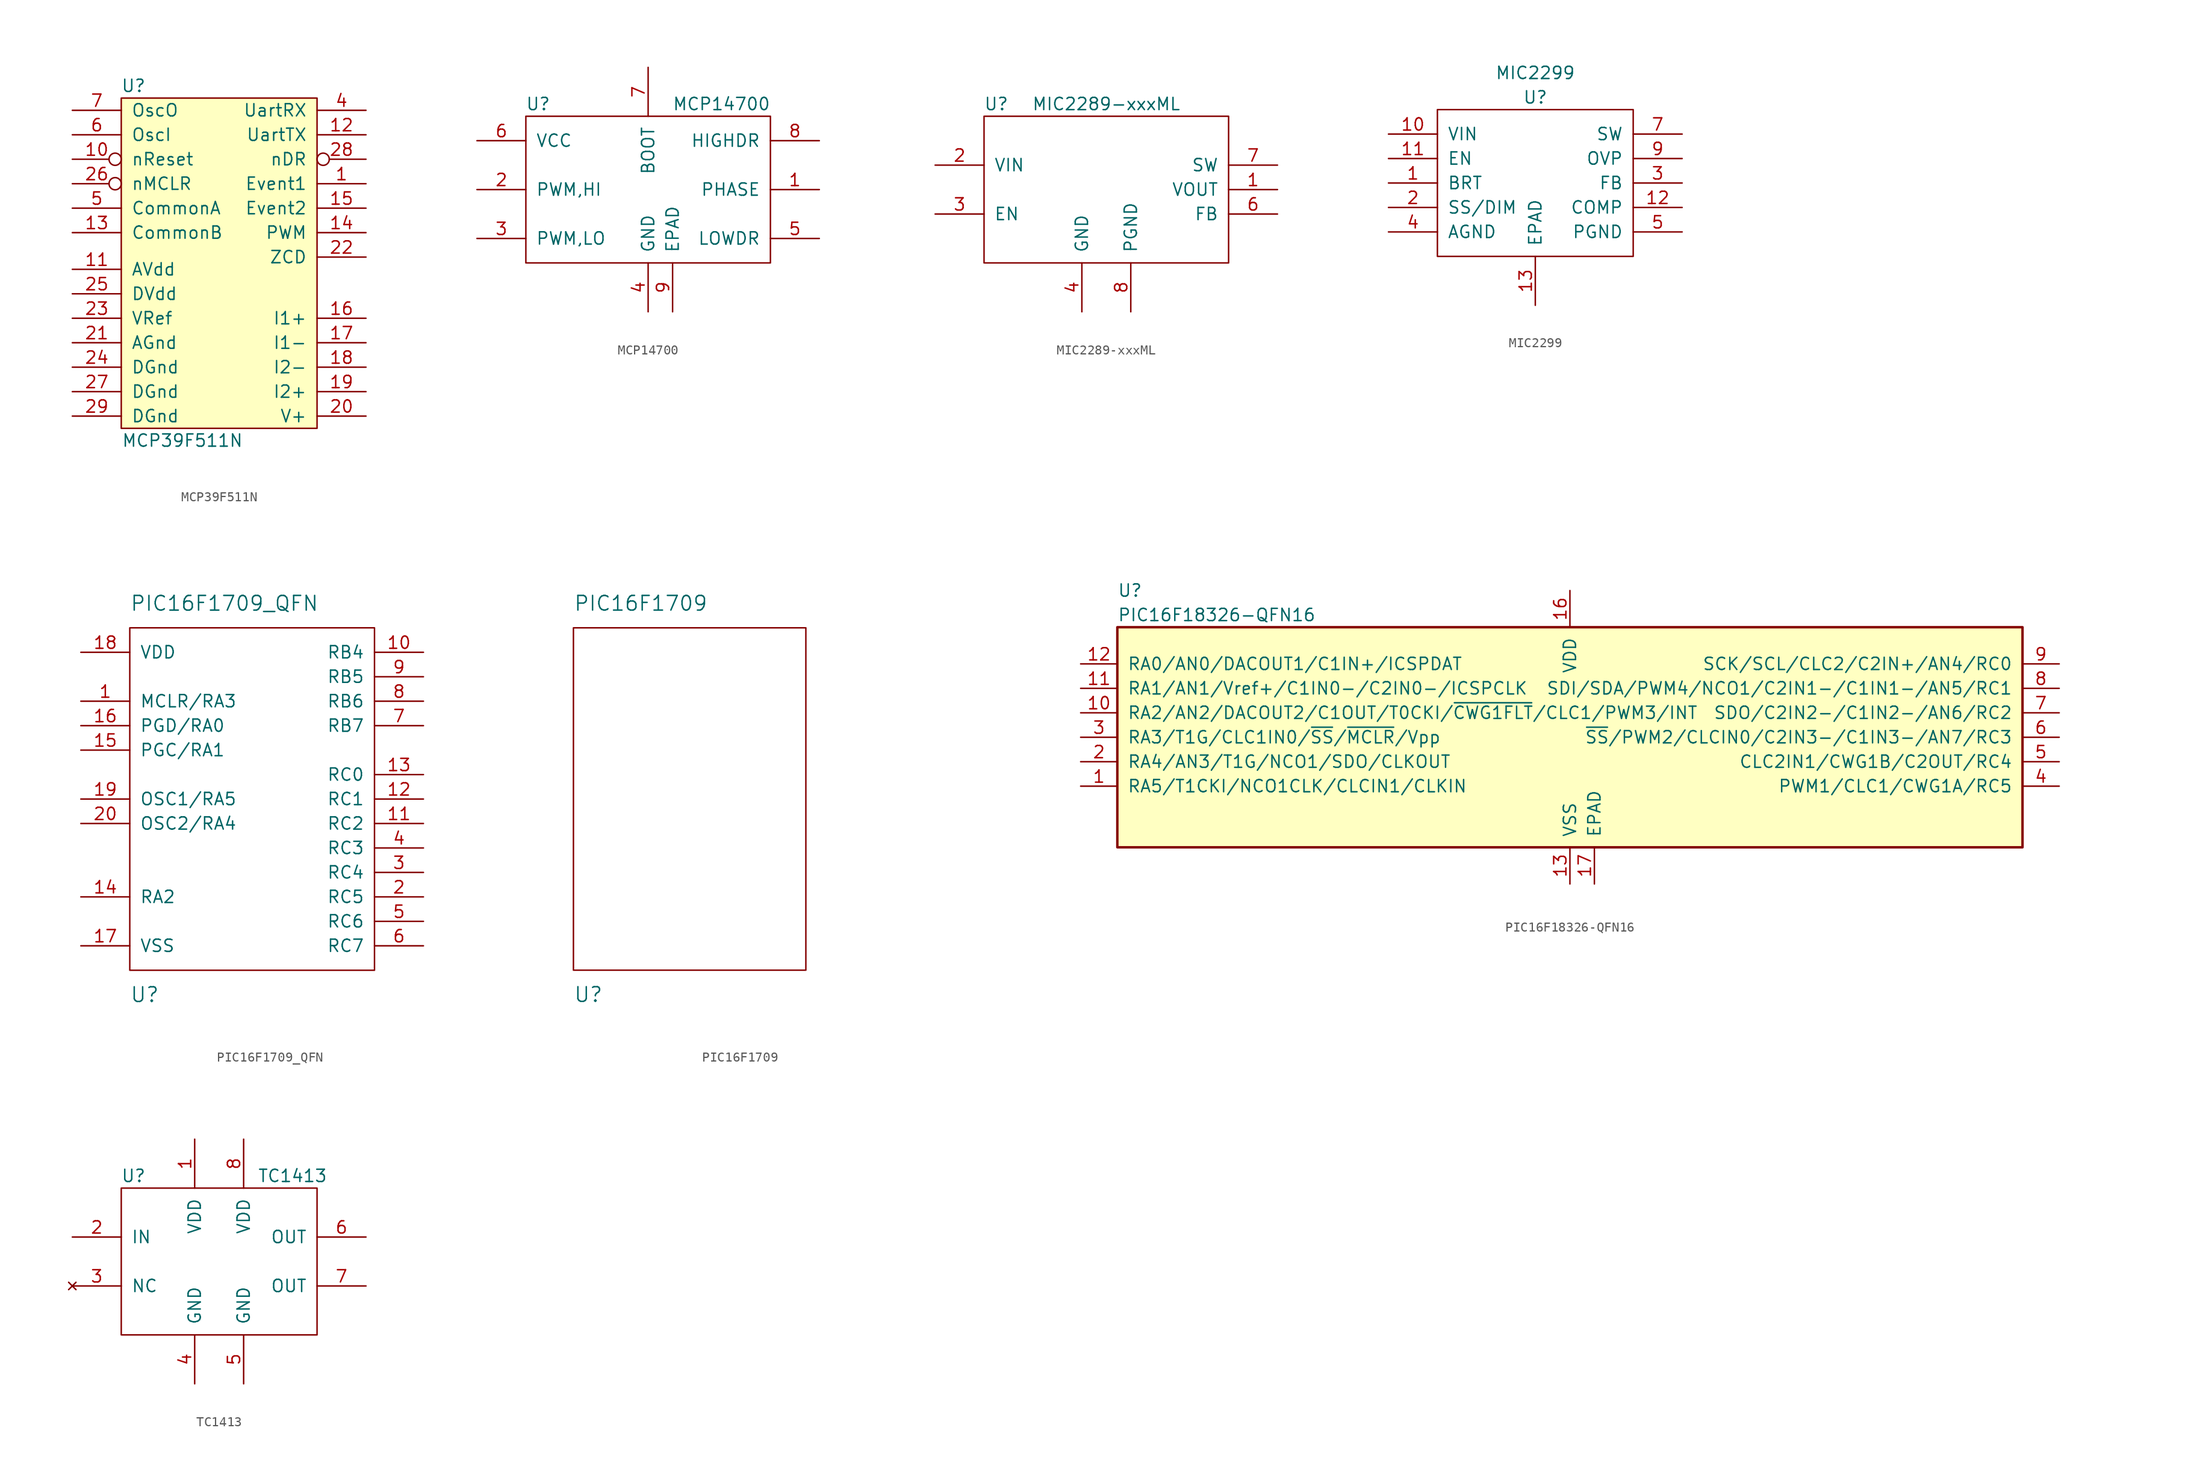
<source format=kicad_sym>
(kicad_symbol_lib
  (version 20211014)
  (generator kicad_symbol_editor)
  (symbol "MCP39F511N"
    (pin_names
      (offset 1.016))
    (property "Reference" "U"
      (at -8.89 17.78 0)
      (effects (font (size 1.27 1.27))))
    (property "Value" "MCP39F511N"
      (at -3.81 -19.05 0)
      (effects (font (size 1.27 1.27))))
    (symbol "MCP39F511N_0_1"
      (rectangle (start -10.16 16.51) (end 10.16 -17.78) (stroke (width 0) (type default) (color 0 0 0 0)) (fill (type background))))
    (symbol "MCP39F511N_1_1"
      (pin output line (at 15.24 7.62 180) (length 5.08) (name "Event1" (effects (font (size 1.27 1.27)))) (number "1" (effects (font (size 1.27 1.27)))))
      (pin input inverted (at -15.24 10.16 0) (length 5.08) (name "nReset" (effects (font (size 1.27 1.27)))) (number "10" (effects (font (size 1.27 1.27)))))
      (pin power_in line (at -15.24 -1.27 0) (length 5.08) (name "AVdd" (effects (font (size 1.27 1.27)))) (number "11" (effects (font (size 1.27 1.27)))))
      (pin output line (at 15.24 12.7 180) (length 5.08) (name "UartTX" (effects (font (size 1.27 1.27)))) (number "12" (effects (font (size 1.27 1.27)))))
      (pin bidirectional line (at -15.24 2.54 0) (length 5.08) (name "CommonB" (effects (font (size 1.27 1.27)))) (number "13" (effects (font (size 1.27 1.27)))))
      (pin output line (at 15.24 2.54 180) (length 5.08) (name "PWM" (effects (font (size 1.27 1.27)))) (number "14" (effects (font (size 1.27 1.27)))))
      (pin output line (at 15.24 5.08 180) (length 5.08) (name "Event2" (effects (font (size 1.27 1.27)))) (number "15" (effects (font (size 1.27 1.27)))))
      (pin input line (at 15.24 -6.35 180) (length 5.08) (name "I1+" (effects (font (size 1.27 1.27)))) (number "16" (effects (font (size 1.27 1.27)))))
      (pin input line (at 15.24 -8.89 180) (length 5.08) (name "I1-" (effects (font (size 1.27 1.27)))) (number "17" (effects (font (size 1.27 1.27)))))
      (pin input line (at 15.24 -11.43 180) (length 5.08) (name "I2-" (effects (font (size 1.27 1.27)))) (number "18" (effects (font (size 1.27 1.27)))))
      (pin input line (at 15.24 -13.97 180) (length 5.08) (name "I2+" (effects (font (size 1.27 1.27)))) (number "19" (effects (font (size 1.27 1.27)))))
      (pin no_connect line (at 15.24 -2.54 180) (length 5.08) hide (name "NC" (effects (font (size 1.27 1.27)))) (number "2" (effects (font (size 1.27 1.27)))))
      (pin input line (at 15.24 -16.51 180) (length 5.08) (name "V+" (effects (font (size 1.27 1.27)))) (number "20" (effects (font (size 1.27 1.27)))))
      (pin power_in line (at -15.24 -8.89 0) (length 5.08) (name "AGnd" (effects (font (size 1.27 1.27)))) (number "21" (effects (font (size 1.27 1.27)))))
      (pin output line (at 15.24 0 180) (length 5.08) (name "ZCD" (effects (font (size 1.27 1.27)))) (number "22" (effects (font (size 1.27 1.27)))))
      (pin bidirectional line (at -15.24 -6.35 0) (length 5.08) (name "VRef" (effects (font (size 1.27 1.27)))) (number "23" (effects (font (size 1.27 1.27)))))
      (pin power_in line (at -15.24 -11.43 0) (length 5.08) (name "DGnd" (effects (font (size 1.27 1.27)))) (number "24" (effects (font (size 1.27 1.27)))))
      (pin power_in line (at -15.24 -3.81 0) (length 5.08) (name "DVdd" (effects (font (size 1.27 1.27)))) (number "25" (effects (font (size 1.27 1.27)))))
      (pin input inverted (at -15.24 7.62 0) (length 5.08) (name "nMCLR" (effects (font (size 1.27 1.27)))) (number "26" (effects (font (size 1.27 1.27)))))
      (pin power_in line (at -15.24 -13.97 0) (length 5.08) (name "DGnd" (effects (font (size 1.27 1.27)))) (number "27" (effects (font (size 1.27 1.27)))))
      (pin output inverted (at 15.24 10.16 180) (length 5.08) (name "nDR" (effects (font (size 1.27 1.27)))) (number "28" (effects (font (size 1.27 1.27)))))
      (pin power_in line (at -15.24 -16.51 0) (length 5.08) (name "DGnd" (effects (font (size 1.27 1.27)))) (number "29" (effects (font (size 1.27 1.27)))))
      (pin no_connect line (at 15.24 -2.54 180) (length 5.08) hide (name "NC" (effects (font (size 1.27 1.27)))) (number "3" (effects (font (size 1.27 1.27)))))
      (pin input line (at 15.24 15.24 180) (length 5.08) (name "UartRX" (effects (font (size 1.27 1.27)))) (number "4" (effects (font (size 1.27 1.27)))))
      (pin bidirectional line (at -15.24 5.08 0) (length 5.08) (name "CommonA" (effects (font (size 1.27 1.27)))) (number "5" (effects (font (size 1.27 1.27)))))
      (pin input line (at -15.24 12.7 0) (length 5.08) (name "OscI" (effects (font (size 1.27 1.27)))) (number "6" (effects (font (size 1.27 1.27)))))
      (pin output line (at -15.24 15.24 0) (length 5.08) (name "OscO" (effects (font (size 1.27 1.27)))) (number "7" (effects (font (size 1.27 1.27)))))
      (pin no_connect line (at 15.24 -2.54 180) (length 5.08) hide (name "NC" (effects (font (size 1.27 1.27)))) (number "8" (effects (font (size 1.27 1.27)))))
      (pin no_connect line (at 15.24 -2.54 180) (length 5.08) hide (name "NC" (effects (font (size 1.27 1.27)))) (number "9" (effects (font (size 1.27 1.27)))))))
  (symbol "MCP14700"
    (pin_names
      (offset 1.016))
    (property "Reference" "U"
      (at -11.43 8.89 0)
      (effects (font (size 1.27 1.27))))
    (property "Value" "MCP14700"
      (at 7.62 8.89 0)
      (effects (font (size 1.27 1.27))))
    (symbol "MCP14700_0_1"
      (rectangle (start -12.7 7.62) (end 12.7 -7.62) (stroke (width 0) (type default) (color 0 0 0 0)) (fill (type none))))
    (symbol "MCP14700_1_1"
      (pin input line (at 17.78 0 180) (length 5.08) (name "PHASE" (effects (font (size 1.27 1.27)))) (number "1" (effects (font (size 1.27 1.27)))))
      (pin input line (at -17.78 0 0) (length 5.08) (name "PWM,HI" (effects (font (size 1.27 1.27)))) (number "2" (effects (font (size 1.27 1.27)))))
      (pin input line (at -17.78 -5.08 0) (length 5.08) (name "PWM,LO" (effects (font (size 1.27 1.27)))) (number "3" (effects (font (size 1.27 1.27)))))
      (pin power_in line (at 0 -12.7 90) (length 5.08) (name "GND" (effects (font (size 1.27 1.27)))) (number "4" (effects (font (size 1.27 1.27)))))
      (pin input line (at 17.78 -5.08 180) (length 5.08) (name "LOWDR" (effects (font (size 1.27 1.27)))) (number "5" (effects (font (size 1.27 1.27)))))
      (pin power_in line (at -17.78 5.08 0) (length 5.08) (name "VCC" (effects (font (size 1.27 1.27)))) (number "6" (effects (font (size 1.27 1.27)))))
      (pin input line (at 0 12.7 270) (length 5.08) (name "BOOT" (effects (font (size 1.27 1.27)))) (number "7" (effects (font (size 1.27 1.27)))))
      (pin input line (at 17.78 5.08 180) (length 5.08) (name "HIGHDR" (effects (font (size 1.27 1.27)))) (number "8" (effects (font (size 1.27 1.27)))))
      (pin passive line (at 2.54 -12.7 90) (length 5.08) (name "EPAD" (effects (font (size 1.27 1.27)))) (number "9" (effects (font (size 1.27 1.27)))))))
  (symbol "MIC2289-xxxML"
    (pin_names
      (offset 1.016))
    (property "Reference" "U"
      (at -11.43 8.89 0)
      (effects (font (size 1.27 1.27))))
    (property "Value" "MIC2289-xxxML"
      (at 0 8.89 0)
      (effects (font (size 1.27 1.27))))
    (symbol "MIC2289-xxxML_0_1"
      (rectangle (start -12.7 7.62) (end 12.7 -7.62) (stroke (width 0) (type default) (color 0 0 0 0)) (fill (type none))))
    (symbol "MIC2289-xxxML_1_1"
      (pin power_out line (at 17.78 0 180) (length 5.08) (name "VOUT" (effects (font (size 1.27 1.27)))) (number "1" (effects (font (size 1.27 1.27)))))
      (pin power_in line (at -17.78 2.54 0) (length 5.08) (name "VIN" (effects (font (size 1.27 1.27)))) (number "2" (effects (font (size 1.27 1.27)))))
      (pin input line (at -17.78 -2.54 0) (length 5.08) (name "EN" (effects (font (size 1.27 1.27)))) (number "3" (effects (font (size 1.27 1.27)))))
      (pin power_in line (at -2.54 -12.7 90) (length 5.08) (name "GND" (effects (font (size 1.27 1.27)))) (number "4" (effects (font (size 1.27 1.27)))))
      (pin input line (at 0 12.7 270) (length 5.08) hide (name "NC" (effects (font (size 1.27 1.27)))) (number "5" (effects (font (size 1.27 1.27)))))
      (pin input line (at 17.78 -2.54 180) (length 5.08) (name "FB" (effects (font (size 1.27 1.27)))) (number "6" (effects (font (size 1.27 1.27)))))
      (pin input line (at 17.78 2.54 180) (length 5.08) (name "SW" (effects (font (size 1.27 1.27)))) (number "7" (effects (font (size 1.27 1.27)))))
      (pin power_out line (at 2.54 -12.7 90) (length 5.08) (name "PGND" (effects (font (size 1.27 1.27)))) (number "8" (effects (font (size 1.27 1.27)))))))
  (symbol "MIC2299"
    (pin_names
      (offset 1.016))
    (property "Reference" "U"
      (at 0 8.89 0)
      (effects (font (size 1.27 1.27))))
    (property "Value" "MIC2299"
      (at 0 11.43 0)
      (effects (font (size 1.27 1.27))))
    (symbol "MIC2299_0_1"
      (rectangle (start -10.16 7.62) (end 10.16 -7.62) (stroke (width 0) (type default) (color 0 0 0 0)) (fill (type none))))
    (symbol "MIC2299_1_1"
      (pin input line (at -15.24 0 0) (length 5.08) (name "BRT" (effects (font (size 1.27 1.27)))) (number "1" (effects (font (size 1.27 1.27)))))
      (pin input line (at -15.24 5.08 0) (length 5.08) (name "VIN" (effects (font (size 1.27 1.27)))) (number "10" (effects (font (size 1.27 1.27)))))
      (pin input line (at -15.24 2.54 0) (length 5.08) (name "EN" (effects (font (size 1.27 1.27)))) (number "11" (effects (font (size 1.27 1.27)))))
      (pin input line (at 15.24 -2.54 180) (length 5.08) (name "COMP" (effects (font (size 1.27 1.27)))) (number "12" (effects (font (size 1.27 1.27)))))
      (pin input line (at 0 -12.7 90) (length 5.08) (name "EPAD" (effects (font (size 1.27 1.27)))) (number "13" (effects (font (size 1.27 1.27)))))
      (pin input line (at -15.24 -2.54 0) (length 5.08) (name "SS/DIM" (effects (font (size 1.27 1.27)))) (number "2" (effects (font (size 1.27 1.27)))))
      (pin input line (at 15.24 0 180) (length 5.08) (name "FB" (effects (font (size 1.27 1.27)))) (number "3" (effects (font (size 1.27 1.27)))))
      (pin input line (at -15.24 -5.08 0) (length 5.08) (name "AGND" (effects (font (size 1.27 1.27)))) (number "4" (effects (font (size 1.27 1.27)))))
      (pin input line (at 15.24 -5.08 180) (length 5.08) (name "PGND" (effects (font (size 1.27 1.27)))) (number "5" (effects (font (size 1.27 1.27)))))
      (pin input line (at 15.24 -5.08 180) (length 5.08) hide (name "PGND" (effects (font (size 1.27 1.27)))) (number "6" (effects (font (size 1.27 1.27)))))
      (pin input line (at 15.24 5.08 180) (length 5.08) (name "SW" (effects (font (size 1.27 1.27)))) (number "7" (effects (font (size 1.27 1.27)))))
      (pin input line (at 15.24 5.08 180) (length 5.08) hide (name "SW" (effects (font (size 1.27 1.27)))) (number "8" (effects (font (size 1.27 1.27)))))
      (pin input line (at 15.24 2.54 180) (length 5.08) (name "OVP" (effects (font (size 1.27 1.27)))) (number "9" (effects (font (size 1.27 1.27)))))))
  (symbol "PIC16F1709_QFN"
    (pin_names
      (offset 1.016))
    (property "Reference" "U"
      (at -12.7 -20.32 0)
      (effects (font (size 1.524 1.524)) (justify left)))
    (property "Value" "PIC16F1709_QFN"
      (at -12.7 20.32 0)
      (effects (font (size 1.524 1.524)) (justify left)))
    (property "Footprint" ""
      (at 21.59 8.89 0)
      (effects (font (size 1.524 1.524))))
    (property "Datasheet" ""
      (at 21.59 8.89 0)
      (effects (font (size 1.524 1.524))))
    (symbol "PIC16F1709_QFN_0_1"
      (rectangle (start -12.7 17.78) (end 12.7 -17.78) (stroke (width 0) (type default) (color 0 0 0 0)) (fill (type none))))
    (symbol "PIC16F1709_QFN_1_1"
      (pin input line (at -17.78 10.16 0) (length 5.08) (name "MCLR/RA3" (effects (font (size 1.27 1.27)))) (number "1" (effects (font (size 1.27 1.27)))))
      (pin input line (at 17.78 15.24 180) (length 5.08) (name "RB4" (effects (font (size 1.27 1.27)))) (number "10" (effects (font (size 1.27 1.27)))))
      (pin input line (at 17.78 -2.54 180) (length 5.08) (name "RC2" (effects (font (size 1.27 1.27)))) (number "11" (effects (font (size 1.27 1.27)))))
      (pin input line (at 17.78 0 180) (length 5.08) (name "RC1" (effects (font (size 1.27 1.27)))) (number "12" (effects (font (size 1.27 1.27)))))
      (pin input line (at 17.78 2.54 180) (length 5.08) (name "RC0" (effects (font (size 1.27 1.27)))) (number "13" (effects (font (size 1.27 1.27)))))
      (pin input line (at -17.78 -10.16 0) (length 5.08) (name "RA2" (effects (font (size 1.27 1.27)))) (number "14" (effects (font (size 1.27 1.27)))))
      (pin input line (at -17.78 5.08 0) (length 5.08) (name "PGC/RA1" (effects (font (size 1.27 1.27)))) (number "15" (effects (font (size 1.27 1.27)))))
      (pin input line (at -17.78 7.62 0) (length 5.08) (name "PGD/RA0" (effects (font (size 1.27 1.27)))) (number "16" (effects (font (size 1.27 1.27)))))
      (pin input line (at -17.78 -15.24 0) (length 5.08) (name "VSS" (effects (font (size 1.27 1.27)))) (number "17" (effects (font (size 1.27 1.27)))))
      (pin input line (at -17.78 15.24 0) (length 5.08) (name "VDD" (effects (font (size 1.27 1.27)))) (number "18" (effects (font (size 1.27 1.27)))))
      (pin input line (at -17.78 0 0) (length 5.08) (name "OSC1/RA5" (effects (font (size 1.27 1.27)))) (number "19" (effects (font (size 1.27 1.27)))))
      (pin input line (at 17.78 -10.16 180) (length 5.08) (name "RC5" (effects (font (size 1.27 1.27)))) (number "2" (effects (font (size 1.27 1.27)))))
      (pin input line (at -17.78 -2.54 0) (length 5.08) (name "OSC2/RA4" (effects (font (size 1.27 1.27)))) (number "20" (effects (font (size 1.27 1.27)))))
      (pin input line (at 17.78 -7.62 180) (length 5.08) (name "RC4" (effects (font (size 1.27 1.27)))) (number "3" (effects (font (size 1.27 1.27)))))
      (pin input line (at 17.78 -5.08 180) (length 5.08) (name "RC3" (effects (font (size 1.27 1.27)))) (number "4" (effects (font (size 1.27 1.27)))))
      (pin input line (at 17.78 -12.7 180) (length 5.08) (name "RC6" (effects (font (size 1.27 1.27)))) (number "5" (effects (font (size 1.27 1.27)))))
      (pin input line (at 17.78 -15.24 180) (length 5.08) (name "RC7" (effects (font (size 1.27 1.27)))) (number "6" (effects (font (size 1.27 1.27)))))
      (pin input line (at 17.78 7.62 180) (length 5.08) (name "RB7" (effects (font (size 1.27 1.27)))) (number "7" (effects (font (size 1.27 1.27)))))
      (pin input line (at 17.78 10.16 180) (length 5.08) (name "RB6" (effects (font (size 1.27 1.27)))) (number "8" (effects (font (size 1.27 1.27)))))
      (pin input line (at 17.78 12.7 180) (length 5.08) (name "RB5" (effects (font (size 1.27 1.27)))) (number "9" (effects (font (size 1.27 1.27)))))))
  (symbol "PIC16F1709"
    (pin_names
      (offset 1.016))
    (property "Reference" "U"
      (at -12.7 -20.32 0)
      (effects (font (size 1.524 1.524)) (justify left)))
    (property "Value" "PIC16F1709"
      (at -12.7 20.32 0)
      (effects (font (size 1.524 1.524)) (justify left)))
    (property "Footprint" ""
      (at 21.59 8.89 0)
      (effects (font (size 1.524 1.524))))
    (property "Datasheet" ""
      (at 21.59 8.89 0)
      (effects (font (size 1.524 1.524))))
    (symbol "PIC16F1709_0_1"
      (rectangle (start -12.7 17.78) (end 11.43 -17.78) (stroke (width 0) (type default) (color 0 0 0 0)) (fill (type none)))))
  (symbol "PIC16F18326-QFN16"
    (pin_names
      (offset 1.016))
    (property "Reference" "U"
      (at -46.99 15.24 0)
      (effects (font (size 1.27 1.27)) (justify left)))
    (property "Value" "PIC16F18326-QFN16"
      (at -46.99 12.7 0)
      (effects (font (size 1.27 1.27)) (justify left)))
    (symbol "PIC16F18326-QFN16_0_1"
      (rectangle (start -46.99 11.43) (end 46.99 -11.43) (stroke (width 0.254) (type default) (color 0 0 0 0)) (fill (type background))))
    (symbol "PIC16F18326-QFN16_1_1"
      (pin bidirectional line (at -50.8 -5.08 0) (length 3.81) (name "RA5/T1CKI/NCO1CLK/CLCIN1/CLKIN" (effects (font (size 1.27 1.27)))) (number "1" (effects (font (size 1.27 1.27)))))
      (pin bidirectional line (at -50.8 2.54 0) (length 3.81) (name "RA2/AN2/DACOUT2/C1OUT/T0CKI/~{CWG1FLT}/CLC1/PWM3/INT" (effects (font (size 1.27 1.27)))) (number "10" (effects (font (size 1.27 1.27)))))
      (pin bidirectional line (at -50.8 5.08 0) (length 3.81) (name "RA1/AN1/Vref+/C1IN0-/C2IN0-/ICSPCLK" (effects (font (size 1.27 1.27)))) (number "11" (effects (font (size 1.27 1.27)))))
      (pin bidirectional line (at -50.8 7.62 0) (length 3.81) (name "RA0/AN0/DACOUT1/C1IN+/ICSPDAT" (effects (font (size 1.27 1.27)))) (number "12" (effects (font (size 1.27 1.27)))))
      (pin power_in line (at 0 -15.24 90) (length 3.81) (name "VSS" (effects (font (size 1.27 1.27)))) (number "13" (effects (font (size 1.27 1.27)))))
      (pin power_in line (at 0 15.24 270) (length 3.81) (name "VDD" (effects (font (size 1.27 1.27)))) (number "16" (effects (font (size 1.27 1.27)))))
      (pin power_in line (at 2.54 -15.24 90) (length 3.81) (name "EPAD" (effects (font (size 1.27 1.27)))) (number "17" (effects (font (size 1.27 1.27)))))
      (pin bidirectional line (at -50.8 -2.54 0) (length 3.81) (name "RA4/AN3/T1G/NCO1/SDO/CLKOUT" (effects (font (size 1.27 1.27)))) (number "2" (effects (font (size 1.27 1.27)))))
      (pin input line (at -50.8 0 0) (length 3.81) (name "RA3/T1G/CLC1IN0/~{SS}/~{MCLR}/Vpp" (effects (font (size 1.27 1.27)))) (number "3" (effects (font (size 1.27 1.27)))))
      (pin bidirectional line (at 50.8 -5.08 180) (length 3.81) (name "PWM1/CLC1/CWG1A/RC5" (effects (font (size 1.27 1.27)))) (number "4" (effects (font (size 1.27 1.27)))))
      (pin bidirectional line (at 50.8 -2.54 180) (length 3.81) (name "CLC2IN1/CWG1B/C2OUT/RC4" (effects (font (size 1.27 1.27)))) (number "5" (effects (font (size 1.27 1.27)))))
      (pin bidirectional line (at 50.8 0 180) (length 3.81) (name "~{SS}/PWM2/CLCIN0/C2IN3-/C1IN3-/AN7/RC3" (effects (font (size 1.27 1.27)))) (number "6" (effects (font (size 1.27 1.27)))))
      (pin bidirectional line (at 50.8 2.54 180) (length 3.81) (name "SDO/C2IN2-/C1IN2-/AN6/RC2" (effects (font (size 1.27 1.27)))) (number "7" (effects (font (size 1.27 1.27)))))
      (pin bidirectional line (at 50.8 5.08 180) (length 3.81) (name "SDI/SDA/PWM4/NCO1/C2IN1-/C1IN1-/AN5/RC1" (effects (font (size 1.27 1.27)))) (number "8" (effects (font (size 1.27 1.27)))))
      (pin bidirectional line (at 50.8 7.62 180) (length 3.81) (name "SCK/SCL/CLC2/C2IN+/AN4/RC0" (effects (font (size 1.27 1.27)))) (number "9" (effects (font (size 1.27 1.27)))))))
  (symbol "TC1413"
    (pin_names
      (offset 1.016))
    (property "Reference" "U"
      (at -8.89 8.89 0)
      (effects (font (size 1.27 1.27))))
    (property "Value" "TC1413"
      (at 7.62 8.89 0)
      (effects (font (size 1.27 1.27))))
    (symbol "TC1413_0_1"
      (rectangle (start -10.16 -7.62) (end 10.16 7.62) (stroke (width 0) (type default) (color 0 0 0 0)) (fill (type none))))
    (symbol "TC1413_1_1"
      (pin power_in line (at -2.54 12.7 270) (length 5.08) (name "VDD" (effects (font (size 1.27 1.27)))) (number "1" (effects (font (size 1.27 1.27)))))
      (pin input line (at -15.24 2.54 0) (length 5.08) (name "IN" (effects (font (size 1.27 1.27)))) (number "2" (effects (font (size 1.27 1.27)))))
      (pin no_connect line (at -15.24 -2.54 0) (length 5.08) (name "NC" (effects (font (size 1.27 1.27)))) (number "3" (effects (font (size 1.27 1.27)))))
      (pin power_in line (at -2.54 -12.7 90) (length 5.08) (name "GND" (effects (font (size 1.27 1.27)))) (number "4" (effects (font (size 1.27 1.27)))))
      (pin power_in line (at 2.54 -12.7 90) (length 5.08) (name "GND" (effects (font (size 1.27 1.27)))) (number "5" (effects (font (size 1.27 1.27)))))
      (pin output line (at 15.24 2.54 180) (length 5.08) (name "OUT" (effects (font (size 1.27 1.27)))) (number "6" (effects (font (size 1.27 1.27)))))
      (pin output line (at 15.24 -2.54 180) (length 5.08) (name "OUT" (effects (font (size 1.27 1.27)))) (number "7" (effects (font (size 1.27 1.27)))))
      (pin power_in line (at 2.54 12.7 270) (length 5.08) (name "VDD" (effects (font (size 1.27 1.27)))) (number "8" (effects (font (size 1.27 1.27))))))))
</source>
